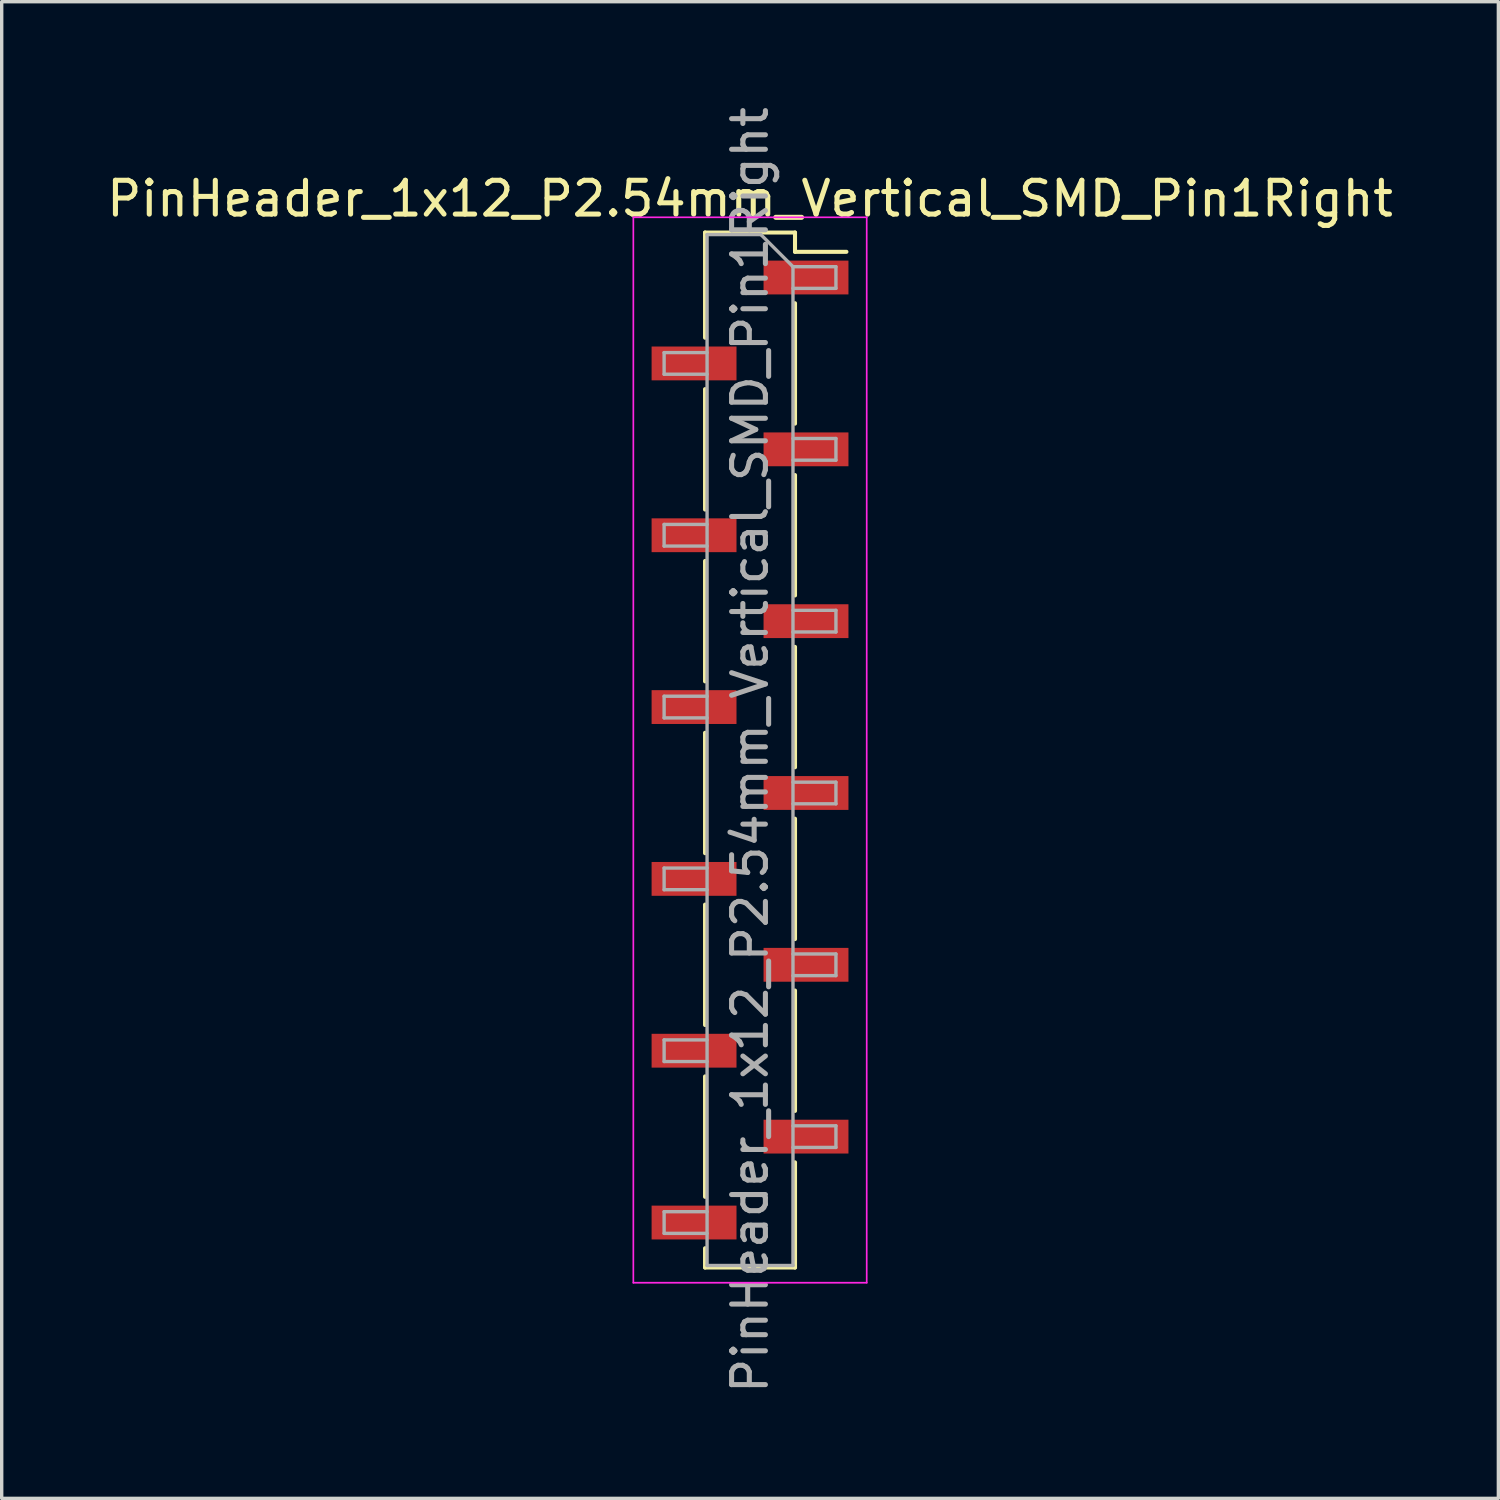
<source format=kicad_pcb>
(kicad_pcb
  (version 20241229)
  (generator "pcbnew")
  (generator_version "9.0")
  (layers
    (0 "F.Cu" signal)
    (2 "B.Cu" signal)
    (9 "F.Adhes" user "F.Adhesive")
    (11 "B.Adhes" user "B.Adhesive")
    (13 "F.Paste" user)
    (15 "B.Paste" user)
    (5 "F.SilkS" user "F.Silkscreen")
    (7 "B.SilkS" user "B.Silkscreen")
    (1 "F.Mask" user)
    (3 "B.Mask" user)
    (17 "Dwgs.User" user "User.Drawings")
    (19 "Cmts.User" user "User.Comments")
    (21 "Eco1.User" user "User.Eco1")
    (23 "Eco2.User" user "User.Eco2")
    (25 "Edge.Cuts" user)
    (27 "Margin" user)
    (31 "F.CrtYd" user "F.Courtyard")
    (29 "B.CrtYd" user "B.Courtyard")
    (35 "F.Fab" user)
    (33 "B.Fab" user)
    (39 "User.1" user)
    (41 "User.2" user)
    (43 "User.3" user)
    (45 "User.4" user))
  (footprint "PinHeader_1x12_P2.54mm_Vertical_SMD_Pin1Right"
    (layer "F.Cu")
    (at 19.125 19.125)
    (property "Reference" "PinHeader_1x12_P2.54mm_Vertical_SMD_Pin1Right" (at 0 -16.3 0) (layer "F.SilkS") (effects (font (size 1 1) (thickness 0.15))))
    (attr smd)
    (fp_line (start -1.33 -15.3) (end -1.33 -12.19) (stroke (width 0.12) (type solid)) (layer "F.SilkS"))
    (fp_line (start -1.33 -15.3) (end 1.33 -15.3) (stroke (width 0.12) (type solid)) (layer "F.SilkS"))
    (fp_line (start -1.33 -10.67) (end -1.33 -7.11) (stroke (width 0.12) (type solid)) (layer "F.SilkS"))
    (fp_line (start -1.33 -5.59) (end -1.33 -2.03) (stroke (width 0.12) (type solid)) (layer "F.SilkS"))
    (fp_line (start -1.33 -0.51) (end -1.33 3.05) (stroke (width 0.12) (type solid)) (layer "F.SilkS"))
    (fp_line (start -1.33 4.57) (end -1.33 8.13) (stroke (width 0.12) (type solid)) (layer "F.SilkS"))
    (fp_line (start -1.33 9.65) (end -1.33 13.21) (stroke (width 0.12) (type solid)) (layer "F.SilkS"))
    (fp_line (start -1.33 14.73) (end -1.33 15.3) (stroke (width 0.12) (type solid)) (layer "F.SilkS"))
    (fp_line (start -1.33 15.3) (end 1.33 15.3) (stroke (width 0.12) (type solid)) (layer "F.SilkS"))
    (fp_line (start 1.33 -15.3) (end 1.33 -14.73) (stroke (width 0.12) (type solid)) (layer "F.SilkS"))
    (fp_line (start 1.33 -14.73) (end 2.85 -14.73) (stroke (width 0.12) (type solid)) (layer "F.SilkS"))
    (fp_line (start 1.33 -13.21) (end 1.33 -9.65) (stroke (width 0.12) (type solid)) (layer "F.SilkS"))
    (fp_line (start 1.33 -8.13) (end 1.33 -4.57) (stroke (width 0.12) (type solid)) (layer "F.SilkS"))
    (fp_line (start 1.33 -3.05) (end 1.33 0.51) (stroke (width 0.12) (type solid)) (layer "F.SilkS"))
    (fp_line (start 1.33 2.03) (end 1.33 5.59) (stroke (width 0.12) (type solid)) (layer "F.SilkS"))
    (fp_line (start 1.33 7.11) (end 1.33 10.67) (stroke (width 0.12) (type solid)) (layer "F.SilkS"))
    (fp_line (start 1.33 12.19) (end 1.33 15.3) (stroke (width 0.12) (type solid)) (layer "F.SilkS"))
    (fp_line (start -3.45 -15.75) (end -3.45 15.75) (stroke (width 0.05) (type solid)) (layer "F.CrtYd"))
    (fp_line (start -3.45 15.75) (end 3.45 15.75) (stroke (width 0.05) (type solid)) (layer "F.CrtYd"))
    (fp_line (start 3.45 -15.75) (end -3.45 -15.75) (stroke (width 0.05) (type solid)) (layer "F.CrtYd"))
    (fp_line (start 3.45 15.75) (end 3.45 -15.75) (stroke (width 0.05) (type solid)) (layer "F.CrtYd"))
    (fp_line (start -2.54 -11.75) (end -2.54 -11.11) (stroke (width 0.1) (type solid)) (layer "F.Fab"))
    (fp_line (start -2.54 -11.11) (end -1.27 -11.11) (stroke (width 0.1) (type solid)) (layer "F.Fab"))
    (fp_line (start -2.54 -6.67) (end -2.54 -6.03) (stroke (width 0.1) (type solid)) (layer "F.Fab"))
    (fp_line (start -2.54 -6.03) (end -1.27 -6.03) (stroke (width 0.1) (type solid)) (layer "F.Fab"))
    (fp_line (start -2.54 -1.59) (end -2.54 -0.95) (stroke (width 0.1) (type solid)) (layer "F.Fab"))
    (fp_line (start -2.54 -0.95) (end -1.27 -0.95) (stroke (width 0.1) (type solid)) (layer "F.Fab"))
    (fp_line (start -2.54 3.49) (end -2.54 4.13) (stroke (width 0.1) (type solid)) (layer "F.Fab"))
    (fp_line (start -2.54 4.13) (end -1.27 4.13) (stroke (width 0.1) (type solid)) (layer "F.Fab"))
    (fp_line (start -2.54 8.57) (end -2.54 9.21) (stroke (width 0.1) (type solid)) (layer "F.Fab"))
    (fp_line (start -2.54 9.21) (end -1.27 9.21) (stroke (width 0.1) (type solid)) (layer "F.Fab"))
    (fp_line (start -2.54 13.65) (end -2.54 14.29) (stroke (width 0.1) (type solid)) (layer "F.Fab"))
    (fp_line (start -2.54 14.29) (end -1.27 14.29) (stroke (width 0.1) (type solid)) (layer "F.Fab"))
    (fp_line (start -1.27 -15.24) (end -1.27 15.24) (stroke (width 0.1) (type solid)) (layer "F.Fab"))
    (fp_line (start -1.27 -15.24) (end 0.32 -15.24) (stroke (width 0.1) (type solid)) (layer "F.Fab"))
    (fp_line (start -1.27 -11.75) (end -2.54 -11.75) (stroke (width 0.1) (type solid)) (layer "F.Fab"))
    (fp_line (start -1.27 -6.67) (end -2.54 -6.67) (stroke (width 0.1) (type solid)) (layer "F.Fab"))
    (fp_line (start -1.27 -1.59) (end -2.54 -1.59) (stroke (width 0.1) (type solid)) (layer "F.Fab"))
    (fp_line (start -1.27 3.49) (end -2.54 3.49) (stroke (width 0.1) (type solid)) (layer "F.Fab"))
    (fp_line (start -1.27 8.57) (end -2.54 8.57) (stroke (width 0.1) (type solid)) (layer "F.Fab"))
    (fp_line (start -1.27 13.65) (end -2.54 13.65) (stroke (width 0.1) (type solid)) (layer "F.Fab"))
    (fp_line (start 1.27 -14.29) (end 0.32 -15.24) (stroke (width 0.1) (type solid)) (layer "F.Fab"))
    (fp_line (start 1.27 -14.29) (end 2.54 -14.29) (stroke (width 0.1) (type solid)) (layer "F.Fab"))
    (fp_line (start 1.27 -9.21) (end 2.54 -9.21) (stroke (width 0.1) (type solid)) (layer "F.Fab"))
    (fp_line (start 1.27 -4.13) (end 2.54 -4.13) (stroke (width 0.1) (type solid)) (layer "F.Fab"))
    (fp_line (start 1.27 0.95) (end 2.54 0.95) (stroke (width 0.1) (type solid)) (layer "F.Fab"))
    (fp_line (start 1.27 6.03) (end 2.54 6.03) (stroke (width 0.1) (type solid)) (layer "F.Fab"))
    (fp_line (start 1.27 11.11) (end 2.54 11.11) (stroke (width 0.1) (type solid)) (layer "F.Fab"))
    (fp_line (start 1.27 15.24) (end -1.27 15.24) (stroke (width 0.1) (type solid)) (layer "F.Fab"))
    (fp_line (start 1.27 15.24) (end 1.27 -14.29) (stroke (width 0.1) (type solid)) (layer "F.Fab"))
    (fp_line (start 2.54 -14.29) (end 2.54 -13.65) (stroke (width 0.1) (type solid)) (layer "F.Fab"))
    (fp_line (start 2.54 -13.65) (end 1.27 -13.65) (stroke (width 0.1) (type solid)) (layer "F.Fab"))
    (fp_line (start 2.54 -9.21) (end 2.54 -8.57) (stroke (width 0.1) (type solid)) (layer "F.Fab"))
    (fp_line (start 2.54 -8.57) (end 1.27 -8.57) (stroke (width 0.1) (type solid)) (layer "F.Fab"))
    (fp_line (start 2.54 -4.13) (end 2.54 -3.49) (stroke (width 0.1) (type solid)) (layer "F.Fab"))
    (fp_line (start 2.54 -3.49) (end 1.27 -3.49) (stroke (width 0.1) (type solid)) (layer "F.Fab"))
    (fp_line (start 2.54 0.95) (end 2.54 1.59) (stroke (width 0.1) (type solid)) (layer "F.Fab"))
    (fp_line (start 2.54 1.59) (end 1.27 1.59) (stroke (width 0.1) (type solid)) (layer "F.Fab"))
    (fp_line (start 2.54 6.03) (end 2.54 6.67) (stroke (width 0.1) (type solid)) (layer "F.Fab"))
    (fp_line (start 2.54 6.67) (end 1.27 6.67) (stroke (width 0.1) (type solid)) (layer "F.Fab"))
    (fp_line (start 2.54 11.11) (end 2.54 11.75) (stroke (width 0.1) (type solid)) (layer "F.Fab"))
    (fp_line (start 2.54 11.75) (end 1.27 11.75) (stroke (width 0.1) (type solid)) (layer "F.Fab"))
    (fp_text user "${REFERENCE}" (at 0 0 90) (layer "F.Fab") (effects (font (size 1 1) (thickness 0.15))))
    (pad "1" smd rect (at 1.655 -13.97) (size 2.51 1) (layers "F.Cu" "F.Mask" "F.Paste"))
    (pad "2" smd rect (at -1.655 -11.43) (size 2.51 1) (layers "F.Cu" "F.Mask" "F.Paste"))
    (pad "3" smd rect (at 1.655 -8.89) (size 2.51 1) (layers "F.Cu" "F.Mask" "F.Paste"))
    (pad "4" smd rect (at -1.655 -6.35) (size 2.51 1) (layers "F.Cu" "F.Mask" "F.Paste"))
    (pad "5" smd rect (at 1.655 -3.81) (size 2.51 1) (layers "F.Cu" "F.Mask" "F.Paste"))
    (pad "6" smd rect (at -1.655 -1.27) (size 2.51 1) (layers "F.Cu" "F.Mask" "F.Paste"))
    (pad "7" smd rect (at 1.655 1.27) (size 2.51 1) (layers "F.Cu" "F.Mask" "F.Paste"))
    (pad "8" smd rect (at -1.655 3.81) (size 2.51 1) (layers "F.Cu" "F.Mask" "F.Paste"))
    (pad "9" smd rect (at 1.655 6.35) (size 2.51 1) (layers "F.Cu" "F.Mask" "F.Paste"))
    (pad "10" smd rect (at -1.655 8.89) (size 2.51 1) (layers "F.Cu" "F.Mask" "F.Paste"))
    (pad "11" smd rect (at 1.655 11.43) (size 2.51 1) (layers "F.Cu" "F.Mask" "F.Paste"))
    (pad "12" smd rect (at -1.655 13.97) (size 2.51 1) (layers "F.Cu" "F.Mask" "F.Paste")))
  (gr_rect
    (start -3 -3)
    (end 41.25 41.25)
    (stroke (width 0.1) (type default))
    (fill no)
    (layer "Edge.Cuts")))
</source>
